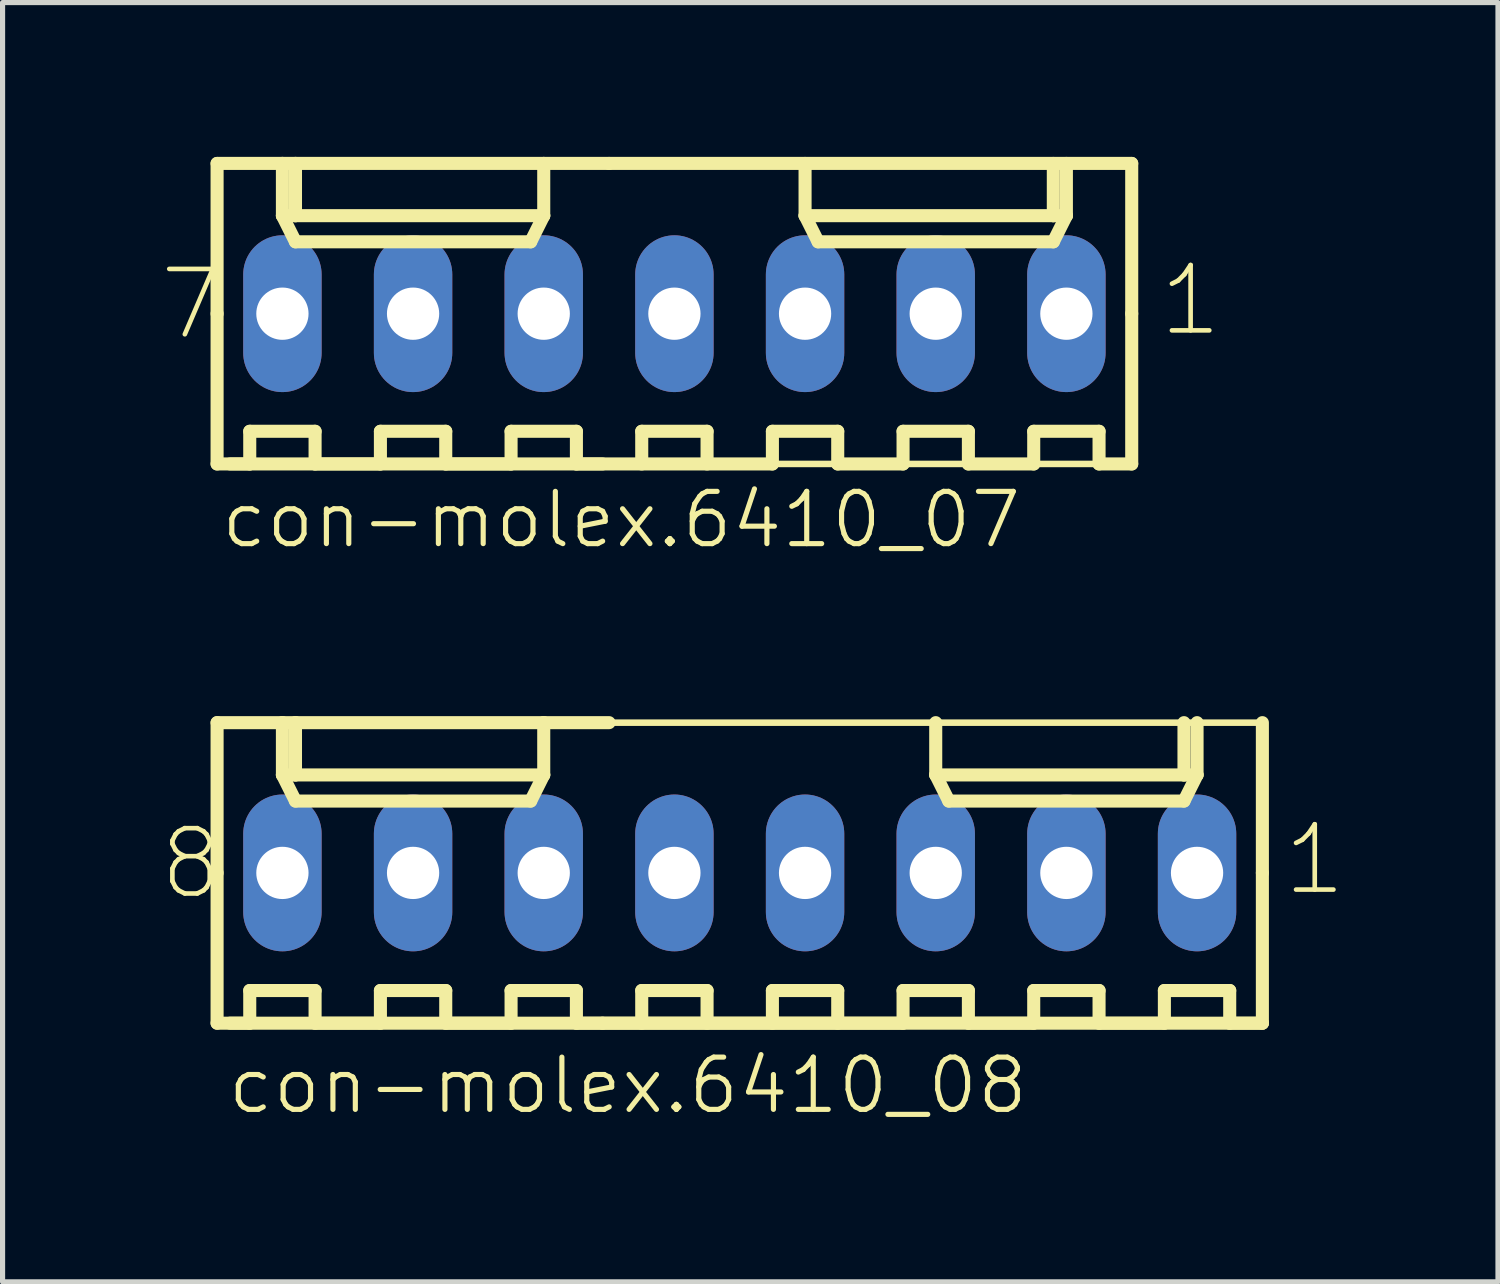
<source format=kicad_pcb>
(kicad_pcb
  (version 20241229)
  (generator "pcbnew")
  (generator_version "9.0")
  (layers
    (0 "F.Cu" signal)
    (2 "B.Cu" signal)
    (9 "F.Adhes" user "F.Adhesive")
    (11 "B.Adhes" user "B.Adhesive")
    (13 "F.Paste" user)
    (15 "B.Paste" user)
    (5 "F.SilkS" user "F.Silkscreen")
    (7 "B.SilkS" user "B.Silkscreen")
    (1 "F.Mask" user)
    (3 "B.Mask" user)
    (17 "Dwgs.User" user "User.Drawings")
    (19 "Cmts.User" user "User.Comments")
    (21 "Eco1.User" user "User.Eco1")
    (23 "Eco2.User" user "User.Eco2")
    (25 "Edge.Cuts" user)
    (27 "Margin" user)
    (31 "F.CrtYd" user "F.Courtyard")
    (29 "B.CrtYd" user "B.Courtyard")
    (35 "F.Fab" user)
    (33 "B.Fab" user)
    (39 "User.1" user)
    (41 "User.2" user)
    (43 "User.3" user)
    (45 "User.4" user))
  (footprint "con-molex.6410_08"
    (layer "F.Cu")
    (at 11.33 13.919)
    (property "Reference" "con-molex.6410_08" (at -10.006 4.726 0) (layer "F.SilkS") (effects (font (size 1.016 1.016) (thickness 0.1)) (justify left bottom)))
    (attr through_hole)
    (fp_line (start -10.16 -2.921) (end -8.89 -2.921) (stroke (width 0.254) (type default)) (layer "F.SilkS"))
    (fp_line (start -10.16 0) (end -10.16 -2.921) (stroke (width 0.254) (type default)) (layer "F.SilkS"))
    (fp_line (start -10.16 0) (end -10.16 2.921) (stroke (width 0.254) (type default)) (layer "F.SilkS"))
    (fp_line (start -10.16 2.921) (end -2.667 2.921) (stroke (width 0.254) (type default)) (layer "F.SilkS"))
    (fp_line (start -9.906 2.921) (end -9.525 2.921) (stroke (width 0.254) (type default)) (layer "F.SilkS"))
    (fp_line (start -9.525 2.286) (end -8.255 2.286) (stroke (width 0.254) (type default)) (layer "F.SilkS"))
    (fp_line (start -9.525 2.921) (end -9.525 2.286) (stroke (width 0.254) (type default)) (layer "F.SilkS"))
    (fp_line (start -8.89 -2.921) (end -8.636 -2.921) (stroke (width 0.254) (type default)) (layer "F.SilkS"))
    (fp_line (start -8.89 -2.54) (end -8.89 -2.921) (stroke (width 0.127) (type default)) (layer "F.SilkS"))
    (fp_line (start -8.89 -1.905) (end -8.89 -2.921) (stroke (width 0.254) (type default)) (layer "F.SilkS"))
    (fp_line (start -8.89 -1.905) (end -8.636 -1.905) (stroke (width 0.254) (type default)) (layer "F.SilkS"))
    (fp_line (start -8.89 -1.905) (end -8.636 -1.397) (stroke (width 0.254) (type default)) (layer "F.SilkS"))
    (fp_line (start -8.636 -2.921) (end -8.636 -1.905) (stroke (width 0.254) (type default)) (layer "F.SilkS"))
    (fp_line (start -8.636 -2.921) (end -3.81 -2.921) (stroke (width 0.254) (type default)) (layer "F.SilkS"))
    (fp_line (start -8.636 -1.905) (end -3.81 -1.905) (stroke (width 0.254) (type default)) (layer "F.SilkS"))
    (fp_line (start -8.636 -1.397) (end -4.064 -1.397) (stroke (width 0.254) (type default)) (layer "F.SilkS"))
    (fp_line (start -8.255 2.286) (end -8.255 2.921) (stroke (width 0.254) (type default)) (layer "F.SilkS"))
    (fp_line (start -8.255 2.921) (end -6.985 2.921) (stroke (width 0.254) (type default)) (layer "F.SilkS"))
    (fp_line (start -6.985 2.286) (end -5.715 2.286) (stroke (width 0.254) (type default)) (layer "F.SilkS"))
    (fp_line (start -6.985 2.921) (end -6.985 2.286) (stroke (width 0.254) (type default)) (layer "F.SilkS"))
    (fp_line (start -5.715 2.286) (end -5.715 2.921) (stroke (width 0.254) (type default)) (layer "F.SilkS"))
    (fp_line (start -5.715 2.921) (end -4.445 2.921) (stroke (width 0.254) (type default)) (layer "F.SilkS"))
    (fp_line (start -4.445 2.286) (end -3.175 2.286) (stroke (width 0.254) (type default)) (layer "F.SilkS"))
    (fp_line (start -4.445 2.921) (end -4.445 2.286) (stroke (width 0.254) (type default)) (layer "F.SilkS"))
    (fp_line (start -4.064 -1.397) (end -3.81 -1.905) (stroke (width 0.254) (type default)) (layer "F.SilkS"))
    (fp_line (start -3.81 -2.921) (end -2.54 -2.921) (stroke (width 0.254) (type default)) (layer "F.SilkS"))
    (fp_line (start -3.81 -1.905) (end -3.81 -2.921) (stroke (width 0.254) (type default)) (layer "F.SilkS"))
    (fp_line (start -3.175 2.286) (end -3.175 2.921) (stroke (width 0.254) (type default)) (layer "F.SilkS"))
    (fp_line (start -3.175 2.921) (end 3.175 2.921) (stroke (width 0.254) (type default)) (layer "F.SilkS"))
    (fp_line (start -1.905 2.286) (end -0.635 2.286) (stroke (width 0.254) (type default)) (layer "F.SilkS"))
    (fp_line (start -1.905 2.921) (end -1.905 2.286) (stroke (width 0.254) (type default)) (layer "F.SilkS"))
    (fp_line (start -0.635 2.286) (end -0.635 2.921) (stroke (width 0.254) (type default)) (layer "F.SilkS"))
    (fp_line (start 0.635 2.286) (end 1.905 2.286) (stroke (width 0.254) (type default)) (layer "F.SilkS"))
    (fp_line (start 0.635 2.921) (end 0.635 2.286) (stroke (width 0.254) (type default)) (layer "F.SilkS"))
    (fp_line (start 1.905 2.286) (end 1.905 2.921) (stroke (width 0.254) (type default)) (layer "F.SilkS"))
    (fp_line (start 3.175 2.286) (end 4.445 2.286) (stroke (width 0.254) (type default)) (layer "F.SilkS"))
    (fp_line (start 3.175 2.921) (end 3.175 2.286) (stroke (width 0.254) (type default)) (layer "F.SilkS"))
    (fp_line (start 3.81 -1.905) (end 3.81 -2.921) (stroke (width 0.254) (type default)) (layer "F.SilkS"))
    (fp_line (start 3.81 -1.905) (end 4.064 -1.397) (stroke (width 0.254) (type default)) (layer "F.SilkS"))
    (fp_line (start 3.81 -1.905) (end 8.636 -1.905) (stroke (width 0.254) (type default)) (layer "F.SilkS"))
    (fp_line (start 4.064 -1.397) (end 8.636 -1.397) (stroke (width 0.254) (type default)) (layer "F.SilkS"))
    (fp_line (start 4.445 2.286) (end 4.445 2.921) (stroke (width 0.254) (type default)) (layer "F.SilkS"))
    (fp_line (start 4.445 2.921) (end 5.715 2.921) (stroke (width 0.254) (type default)) (layer "F.SilkS"))
    (fp_line (start 5.715 2.286) (end 6.985 2.286) (stroke (width 0.254) (type default)) (layer "F.SilkS"))
    (fp_line (start 5.715 2.921) (end 5.715 2.286) (stroke (width 0.254) (type default)) (layer "F.SilkS"))
    (fp_line (start 6.985 2.286) (end 6.985 2.921) (stroke (width 0.254) (type default)) (layer "F.SilkS"))
    (fp_line (start 6.985 2.921) (end 8.255 2.921) (stroke (width 0.254) (type default)) (layer "F.SilkS"))
    (fp_line (start 8.255 2.286) (end 9.525 2.286) (stroke (width 0.254) (type default)) (layer "F.SilkS"))
    (fp_line (start 8.255 2.921) (end 8.255 2.286) (stroke (width 0.254) (type default)) (layer "F.SilkS"))
    (fp_line (start 8.636 -2.921) (end 8.636 -1.905) (stroke (width 0.254) (type default)) (layer "F.SilkS"))
    (fp_line (start 8.636 -1.905) (end 8.89 -1.905) (stroke (width 0.254) (type default)) (layer "F.SilkS"))
    (fp_line (start 8.636 -1.397) (end 8.89 -1.905) (stroke (width 0.254) (type default)) (layer "F.SilkS"))
    (fp_line (start 8.89 -1.905) (end 8.89 -2.921) (stroke (width 0.254) (type default)) (layer "F.SilkS"))
    (fp_line (start 9.525 2.286) (end 9.525 2.921) (stroke (width 0.254) (type default)) (layer "F.SilkS"))
    (fp_line (start 9.525 2.921) (end 10.16 2.921) (stroke (width 0.254) (type default)) (layer "F.SilkS"))
    (fp_line (start 10.16 -2.921) (end -2.54 -2.921) (stroke (width 0.127) (type default)) (layer "F.SilkS"))
    (fp_line (start 10.16 0) (end 10.16 -2.921) (stroke (width 0.254) (type default)) (layer "F.SilkS"))
    (fp_line (start 10.16 0) (end 10.16 2.921) (stroke (width 0.254) (type default)) (layer "F.SilkS"))
    (fp_line (start 10.16 2.921) (end -2.667 2.921) (stroke (width 0.254) (type default)) (layer "F.SilkS"))
    (fp_rect (start -9.144 0.254) (end -8.636 -0.254) (stroke (width 0.05) (type default)) (fill no) (layer "F.Fab"))
    (fp_rect (start -6.604 0.254) (end -6.096 -0.254) (stroke (width 0.05) (type default)) (fill no) (layer "F.Fab"))
    (fp_rect (start -4.064 0.254) (end -3.556 -0.254) (stroke (width 0.05) (type default)) (fill no) (layer "F.Fab"))
    (fp_rect (start -1.524 0.254) (end -1.016 -0.254) (stroke (width 0.05) (type default)) (fill no) (layer "F.Fab"))
    (fp_rect (start 1.016 0.254) (end 1.524 -0.254) (stroke (width 0.05) (type default)) (fill no) (layer "F.Fab"))
    (fp_rect (start 3.556 0.254) (end 4.064 -0.254) (stroke (width 0.05) (type default)) (fill no) (layer "F.Fab"))
    (fp_rect (start 6.096 0.254) (end 6.604 -0.254) (stroke (width 0.05) (type default)) (fill no) (layer "F.Fab"))
    (fp_rect (start 8.636 0.254) (end 9.144 -0.254) (stroke (width 0.05) (type default)) (fill no) (layer "F.Fab"))
    (fp_text user "8" (at -11.33 0.56 0) (layer "F.SilkS") (effects (font (size 1.27 1.27) (thickness 0.09)) (justify left bottom)))
    (fp_text user "1" (at 10.514 0.484 0) (layer "F.SilkS") (effects (font (size 1.27 1.27) (thickness 0.09)) (justify left bottom)))
    (pad "1" thru_hole oval (at 8.89 0 90) (size 3.048 1.524) (drill 1.016) (layers "*.Cu" "*.Mask"))
    (pad "2" thru_hole oval (at 6.35 0 90) (size 3.048 1.524) (drill 1.016) (layers "*.Cu" "*.Mask"))
    (pad "3" thru_hole oval (at 3.81 0 90) (size 3.048 1.524) (drill 1.016) (layers "*.Cu" "*.Mask"))
    (pad "4" thru_hole oval (at 1.27 0 90) (size 3.048 1.524) (drill 1.016) (layers "*.Cu" "*.Mask"))
    (pad "5" thru_hole oval (at -1.27 0 90) (size 3.048 1.524) (drill 1.016) (layers "*.Cu" "*.Mask"))
    (pad "6" thru_hole oval (at -3.81 0 90) (size 3.048 1.524) (drill 1.016) (layers "*.Cu" "*.Mask"))
    (pad "7" thru_hole oval (at -6.35 0 90) (size 3.048 1.524) (drill 1.016) (layers "*.Cu" "*.Mask"))
    (pad "8" thru_hole oval (at -8.89 0 90) (size 3.048 1.524) (drill 1.016) (layers "*.Cu" "*.Mask")))
  (footprint "con-molex.6410_07"
    (layer "F.Cu")
    (at 10.06 3.048)
    (property "Reference" "con-molex.6410_07" (at -8.863 4.599 0) (layer "F.SilkS") (effects (font (size 1.016 1.016) (thickness 0.1)) (justify left bottom)))
    (attr through_hole)
    (fp_line (start -8.89 -2.921) (end -7.62 -2.921) (stroke (width 0.254) (type default)) (layer "F.SilkS"))
    (fp_line (start -8.89 0) (end -8.89 -2.921) (stroke (width 0.254) (type default)) (layer "F.SilkS"))
    (fp_line (start -8.89 0) (end -8.89 2.921) (stroke (width 0.254) (type default)) (layer "F.SilkS"))
    (fp_line (start -8.89 2.921) (end -1.397 2.921) (stroke (width 0.254) (type default)) (layer "F.SilkS"))
    (fp_line (start -8.636 2.921) (end -8.255 2.921) (stroke (width 0.254) (type default)) (layer "F.SilkS"))
    (fp_line (start -8.255 2.286) (end -6.985 2.286) (stroke (width 0.254) (type default)) (layer "F.SilkS"))
    (fp_line (start -8.255 2.921) (end -8.255 2.286) (stroke (width 0.254) (type default)) (layer "F.SilkS"))
    (fp_line (start -7.62 -2.921) (end -7.366 -2.921) (stroke (width 0.254) (type default)) (layer "F.SilkS"))
    (fp_line (start -7.62 -2.54) (end -7.62 -2.921) (stroke (width 0.127) (type default)) (layer "F.SilkS"))
    (fp_line (start -7.62 -1.905) (end -7.62 -2.921) (stroke (width 0.254) (type default)) (layer "F.SilkS"))
    (fp_line (start -7.62 -1.905) (end -7.366 -1.905) (stroke (width 0.254) (type default)) (layer "F.SilkS"))
    (fp_line (start -7.62 -1.905) (end -7.366 -1.397) (stroke (width 0.254) (type default)) (layer "F.SilkS"))
    (fp_line (start -7.366 -2.921) (end -7.366 -1.905) (stroke (width 0.254) (type default)) (layer "F.SilkS"))
    (fp_line (start -7.366 -2.921) (end -2.54 -2.921) (stroke (width 0.254) (type default)) (layer "F.SilkS"))
    (fp_line (start -7.366 -1.905) (end -2.54 -1.905) (stroke (width 0.254) (type default)) (layer "F.SilkS"))
    (fp_line (start -7.366 -1.397) (end -2.794 -1.397) (stroke (width 0.254) (type default)) (layer "F.SilkS"))
    (fp_line (start -6.985 2.286) (end -6.985 2.921) (stroke (width 0.254) (type default)) (layer "F.SilkS"))
    (fp_line (start -6.985 2.921) (end -5.715 2.921) (stroke (width 0.254) (type default)) (layer "F.SilkS"))
    (fp_line (start -5.715 2.286) (end -4.445 2.286) (stroke (width 0.254) (type default)) (layer "F.SilkS"))
    (fp_line (start -5.715 2.921) (end -5.715 2.286) (stroke (width 0.254) (type default)) (layer "F.SilkS"))
    (fp_line (start -4.445 2.286) (end -4.445 2.921) (stroke (width 0.254) (type default)) (layer "F.SilkS"))
    (fp_line (start -4.445 2.921) (end -3.175 2.921) (stroke (width 0.254) (type default)) (layer "F.SilkS"))
    (fp_line (start -3.175 2.286) (end -1.905 2.286) (stroke (width 0.254) (type default)) (layer "F.SilkS"))
    (fp_line (start -3.175 2.921) (end -3.175 2.286) (stroke (width 0.254) (type default)) (layer "F.SilkS"))
    (fp_line (start -2.794 -1.397) (end -2.54 -1.905) (stroke (width 0.254) (type default)) (layer "F.SilkS"))
    (fp_line (start -2.54 -2.921) (end -1.27 -2.921) (stroke (width 0.254) (type default)) (layer "F.SilkS"))
    (fp_line (start -2.54 -1.905) (end -2.54 -2.921) (stroke (width 0.254) (type default)) (layer "F.SilkS"))
    (fp_line (start -1.905 2.286) (end -1.905 2.921) (stroke (width 0.254) (type default)) (layer "F.SilkS"))
    (fp_line (start -1.905 2.921) (end 1.905 2.921) (stroke (width 0.254) (type default)) (layer "F.SilkS"))
    (fp_line (start -0.635 2.286) (end 0.635 2.286) (stroke (width 0.254) (type default)) (layer "F.SilkS"))
    (fp_line (start -0.635 2.921) (end -0.635 2.286) (stroke (width 0.254) (type default)) (layer "F.SilkS"))
    (fp_line (start 0.635 2.286) (end 0.635 2.921) (stroke (width 0.254) (type default)) (layer "F.SilkS"))
    (fp_line (start 1.905 2.286) (end 3.175 2.286) (stroke (width 0.254) (type default)) (layer "F.SilkS"))
    (fp_line (start 1.905 2.921) (end 1.905 2.286) (stroke (width 0.254) (type default)) (layer "F.SilkS"))
    (fp_line (start 2.54 -1.905) (end 2.54 -2.921) (stroke (width 0.254) (type default)) (layer "F.SilkS"))
    (fp_line (start 2.54 -1.905) (end 2.794 -1.397) (stroke (width 0.254) (type default)) (layer "F.SilkS"))
    (fp_line (start 2.54 -1.905) (end 7.366 -1.905) (stroke (width 0.254) (type default)) (layer "F.SilkS"))
    (fp_line (start 2.794 -1.397) (end 7.366 -1.397) (stroke (width 0.254) (type default)) (layer "F.SilkS"))
    (fp_line (start 3.175 2.286) (end 3.175 2.921) (stroke (width 0.254) (type default)) (layer "F.SilkS"))
    (fp_line (start 3.175 2.921) (end 4.445 2.921) (stroke (width 0.254) (type default)) (layer "F.SilkS"))
    (fp_line (start 4.445 2.286) (end 5.715 2.286) (stroke (width 0.254) (type default)) (layer "F.SilkS"))
    (fp_line (start 4.445 2.921) (end 4.445 2.286) (stroke (width 0.254) (type default)) (layer "F.SilkS"))
    (fp_line (start 5.715 2.286) (end 5.715 2.921) (stroke (width 0.254) (type default)) (layer "F.SilkS"))
    (fp_line (start 5.715 2.921) (end 6.985 2.921) (stroke (width 0.254) (type default)) (layer "F.SilkS"))
    (fp_line (start 6.985 2.286) (end 8.255 2.286) (stroke (width 0.254) (type default)) (layer "F.SilkS"))
    (fp_line (start 6.985 2.921) (end 6.985 2.286) (stroke (width 0.254) (type default)) (layer "F.SilkS"))
    (fp_line (start 7.366 -2.921) (end 7.366 -1.905) (stroke (width 0.254) (type default)) (layer "F.SilkS"))
    (fp_line (start 7.366 -1.905) (end 7.62 -1.905) (stroke (width 0.254) (type default)) (layer "F.SilkS"))
    (fp_line (start 7.366 -1.397) (end 7.62 -1.905) (stroke (width 0.254) (type default)) (layer "F.SilkS"))
    (fp_line (start 7.62 -1.905) (end 7.62 -2.921) (stroke (width 0.254) (type default)) (layer "F.SilkS"))
    (fp_line (start 8.255 2.286) (end 8.255 2.921) (stroke (width 0.254) (type default)) (layer "F.SilkS"))
    (fp_line (start 8.255 2.921) (end 8.89 2.921) (stroke (width 0.254) (type default)) (layer "F.SilkS"))
    (fp_line (start 8.89 -2.921) (end -1.27 -2.921) (stroke (width 0.254) (type default)) (layer "F.SilkS"))
    (fp_line (start 8.89 0) (end 8.89 -2.921) (stroke (width 0.254) (type default)) (layer "F.SilkS"))
    (fp_line (start 8.89 0) (end 8.89 2.921) (stroke (width 0.254) (type default)) (layer "F.SilkS"))
    (fp_line (start 8.89 2.921) (end -1.397 2.921) (stroke (width 0.127) (type default)) (layer "F.SilkS"))
    (fp_rect (start -7.874 0.254) (end -7.366 -0.254) (stroke (width 0.05) (type default)) (fill no) (layer "F.Fab"))
    (fp_rect (start -5.334 0.254) (end -4.826 -0.254) (stroke (width 0.05) (type default)) (fill no) (layer "F.Fab"))
    (fp_rect (start -2.794 0.254) (end -2.286 -0.254) (stroke (width 0.05) (type default)) (fill no) (layer "F.Fab"))
    (fp_rect (start -0.254 0.254) (end 0.254 -0.254) (stroke (width 0.05) (type default)) (fill no) (layer "F.Fab"))
    (fp_rect (start 2.286 0.254) (end 2.794 -0.254) (stroke (width 0.05) (type default)) (fill no) (layer "F.Fab"))
    (fp_rect (start 4.826 0.254) (end 5.334 -0.254) (stroke (width 0.05) (type default)) (fill no) (layer "F.Fab"))
    (fp_rect (start 7.366 0.254) (end 7.874 -0.254) (stroke (width 0.05) (type default)) (fill no) (layer "F.Fab"))
    (fp_text user "7" (at -10.06 0.56 0) (layer "F.SilkS") (effects (font (size 1.27 1.27) (thickness 0.09)) (justify left bottom)))
    (fp_text user "1" (at 9.371 0.484 0) (layer "F.SilkS") (effects (font (size 1.27 1.27) (thickness 0.09)) (justify left bottom)))
    (pad "1" thru_hole oval (at 7.62 0 90) (size 3.048 1.524) (drill 1.016) (layers "*.Cu" "*.Mask"))
    (pad "2" thru_hole oval (at 5.08 0 90) (size 3.048 1.524) (drill 1.016) (layers "*.Cu" "*.Mask"))
    (pad "3" thru_hole oval (at 2.54 0 90) (size 3.048 1.524) (drill 1.016) (layers "*.Cu" "*.Mask"))
    (pad "4" thru_hole oval (at 0 0 90) (size 3.048 1.524) (drill 1.016) (layers "*.Cu" "*.Mask"))
    (pad "5" thru_hole oval (at -2.54 0 90) (size 3.048 1.524) (drill 1.016) (layers "*.Cu" "*.Mask"))
    (pad "6" thru_hole oval (at -5.08 0 90) (size 3.048 1.524) (drill 1.016) (layers "*.Cu" "*.Mask"))
    (pad "7" thru_hole oval (at -7.62 0 90) (size 3.048 1.524) (drill 1.016) (layers "*.Cu" "*.Mask")))
  (gr_rect
    (start -3 -3)
    (end 26.07 21.868)
    (stroke (width 0.1) (type default))
    (fill no)
    (layer "Edge.Cuts")))
</source>
